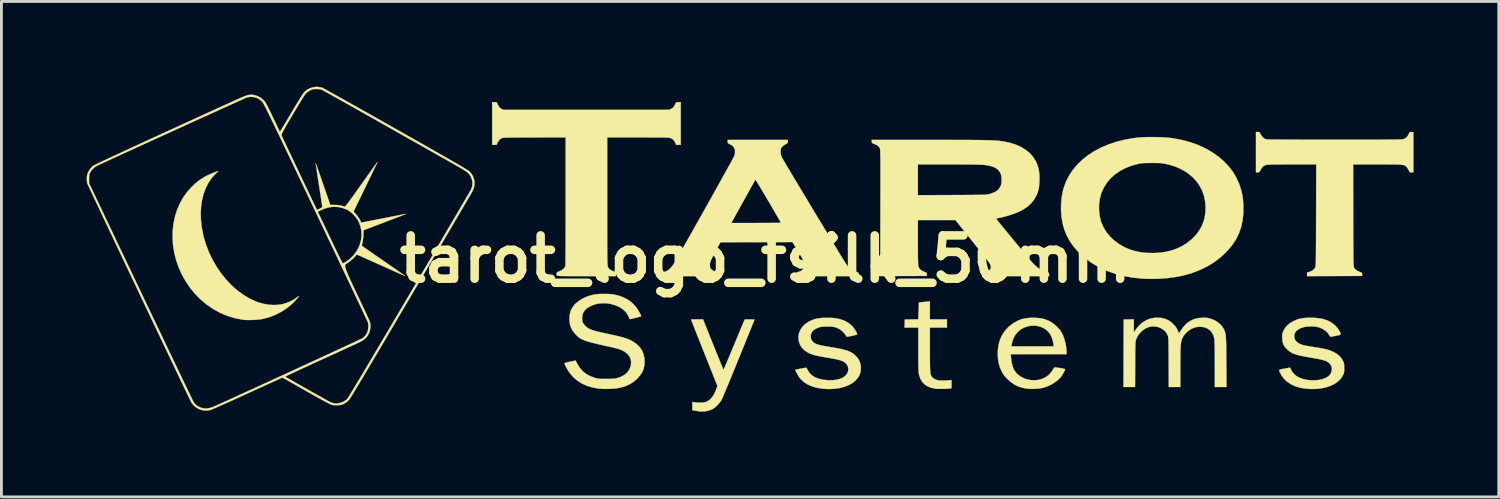
<source format=kicad_pcb>
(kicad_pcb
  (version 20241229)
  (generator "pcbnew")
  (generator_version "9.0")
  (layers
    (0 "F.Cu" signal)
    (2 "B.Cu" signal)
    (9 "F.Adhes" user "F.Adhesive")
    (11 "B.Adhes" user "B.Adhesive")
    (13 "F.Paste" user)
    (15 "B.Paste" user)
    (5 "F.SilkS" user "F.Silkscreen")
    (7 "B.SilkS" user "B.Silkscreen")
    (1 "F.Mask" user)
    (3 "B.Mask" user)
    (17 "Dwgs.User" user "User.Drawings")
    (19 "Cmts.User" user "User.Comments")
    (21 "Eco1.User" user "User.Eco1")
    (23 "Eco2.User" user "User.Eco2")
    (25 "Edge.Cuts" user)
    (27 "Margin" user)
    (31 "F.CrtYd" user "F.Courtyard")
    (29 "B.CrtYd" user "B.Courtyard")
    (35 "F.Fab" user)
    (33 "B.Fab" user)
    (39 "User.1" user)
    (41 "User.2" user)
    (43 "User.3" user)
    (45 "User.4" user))
  (footprint "tarot_logo_fsilk_50mm"
    (layer "F.Cu")
    (at 23.884 6.067)
    (property "Reference" "tarot_logo_fsilk_50mm" (at 0 0 0) (layer "F.SilkS") (effects (font (size 1.524 1.524) (thickness 0.3))))
    (attr through_hole)
    (fp_poly (pts (xy 5.787 2.119) (xy 6.387 2.119) (xy 6.387 2.411) (xy 5.787 2.411) (xy 5.787 3.191) (xy 5.787 3.373) (xy 5.788 3.529) (xy 5.789 3.66) (xy 5.79 3.77) (xy 5.793 3.859) (xy 5.797 3.932) (xy 5.802 3.99) (xy 5.809 4.035) (xy 5.818 4.071) (xy 5.829 4.099) (xy 5.842 4.122) (xy 5.858 4.143) (xy 5.877 4.163) (xy 5.884 4.169) (xy 5.94 4.214) (xy 6.006 4.246) (xy 6.087 4.265) (xy 6.189 4.273) (xy 6.24 4.274) (xy 6.314 4.273) (xy 6.387 4.27) (xy 6.447 4.266) (xy 6.471 4.263) (xy 6.547 4.252) (xy 6.547 4.541) (xy 6.502 4.55) (xy 6.456 4.556) (xy 6.388 4.561) (xy 6.306 4.565) (xy 6.218 4.566) (xy 6.132 4.567) (xy 6.054 4.565) (xy 5.994 4.562) (xy 5.971 4.559) (xy 5.822 4.525) (xy 5.695 4.472) (xy 5.591 4.4) (xy 5.508 4.309) (xy 5.446 4.198) (xy 5.405 4.066) (xy 5.399 4.04) (xy 5.394 4.008) (xy 5.39 3.967) (xy 5.387 3.916) (xy 5.384 3.851) (xy 5.382 3.769) (xy 5.38 3.669) (xy 5.379 3.549) (xy 5.378 3.404) (xy 5.378 3.234) (xy 5.378 3.17) (xy 5.378 2.411) (xy 4.895 2.411) (xy 4.899 2.269) (xy 4.903 2.126) (xy 5.141 2.122) (xy 5.378 2.118) (xy 5.38 2.064) (xy 5.381 2.031) (xy 5.383 1.975) (xy 5.386 1.903) (xy 5.389 1.82) (xy 5.391 1.768) (xy 5.4 1.527) (xy 5.48 1.518) (xy 5.537 1.512) (xy 5.607 1.505) (xy 5.674 1.499) (xy 5.787 1.489) (xy 5.787 2.119)) (stroke (width 0.01) (type solid)) (fill yes) (layer "F.SilkS"))
    (fp_poly (pts (xy -19.26 -3.089) (xy -19.284 -3.065) (xy -19.32 -3.029) (xy -19.341 -3.009) (xy -19.477 -2.863) (xy -19.593 -2.696) (xy -19.689 -2.51) (xy -19.766 -2.308) (xy -19.822 -2.091) (xy -19.857 -1.861) (xy -19.871 -1.62) (xy -19.863 -1.369) (xy -19.834 -1.111) (xy -19.782 -0.847) (xy -19.766 -0.78) (xy -19.683 -0.503) (xy -19.578 -0.234) (xy -19.454 0.025) (xy -19.311 0.271) (xy -19.152 0.503) (xy -18.978 0.719) (xy -18.791 0.917) (xy -18.592 1.094) (xy -18.383 1.249) (xy -18.166 1.38) (xy -17.943 1.485) (xy -17.859 1.517) (xy -17.672 1.571) (xy -17.482 1.604) (xy -17.295 1.616) (xy -17.115 1.606) (xy -16.977 1.581) (xy -16.852 1.543) (xy -16.727 1.492) (xy -16.611 1.432) (xy -16.518 1.37) (xy -16.461 1.328) (xy -16.427 1.304) (xy -16.414 1.3) (xy -16.422 1.315) (xy -16.45 1.351) (xy -16.485 1.395) (xy -16.642 1.562) (xy -16.82 1.713) (xy -17.017 1.844) (xy -17.228 1.955) (xy -17.45 2.042) (xy -17.68 2.104) (xy -17.688 2.106) (xy -17.776 2.12) (xy -17.883 2.131) (xy -18 2.139) (xy -18.119 2.143) (xy -18.232 2.143) (xy -18.33 2.139) (xy -18.385 2.133) (xy -18.661 2.08) (xy -18.927 2) (xy -19.183 1.893) (xy -19.428 1.76) (xy -19.659 1.602) (xy -19.877 1.42) (xy -20.079 1.214) (xy -20.243 1.013) (xy -20.401 0.782) (xy -20.537 0.54) (xy -20.648 0.292) (xy -20.737 0.037) (xy -20.802 -0.221) (xy -20.844 -0.48) (xy -20.862 -0.739) (xy -20.857 -0.996) (xy -20.829 -1.249) (xy -20.778 -1.495) (xy -20.703 -1.732) (xy -20.605 -1.96) (xy -20.484 -2.175) (xy -20.339 -2.375) (xy -20.212 -2.519) (xy -20.057 -2.667) (xy -19.899 -2.791) (xy -19.732 -2.896) (xy -19.673 -2.928) (xy -19.614 -2.956) (xy -19.545 -2.988) (xy -19.472 -3.019) (xy -19.401 -3.048) (xy -19.337 -3.073) (xy -19.287 -3.09) (xy -19.256 -3.098) (xy -19.253 -3.098) (xy -19.26 -3.089)) (stroke (width 0.01) (type solid)) (fill yes) (layer "F.SilkS"))
    (fp_poly (pts (xy -1.842 3) (xy -1.781 3.152) (xy -1.723 3.296) (xy -1.668 3.43) (xy -1.619 3.551) (xy -1.576 3.658) (xy -1.539 3.747) (xy -1.51 3.817) (xy -1.49 3.865) (xy -1.479 3.889) (xy -1.478 3.891) (xy -1.471 3.88) (xy -1.453 3.844) (xy -1.427 3.785) (xy -1.392 3.706) (xy -1.35 3.608) (xy -1.302 3.495) (xy -1.249 3.368) (xy -1.191 3.229) (xy -1.129 3.081) (xy -1.105 3.021) (xy -1.042 2.87) (xy -0.982 2.726) (xy -0.927 2.592) (xy -0.876 2.471) (xy -0.832 2.364) (xy -0.794 2.275) (xy -0.765 2.205) (xy -0.744 2.156) (xy -0.733 2.132) (xy -0.731 2.13) (xy -0.714 2.125) (xy -0.673 2.123) (xy -0.615 2.122) (xy -0.551 2.122) (xy -0.382 2.126) (xy -0.937 3.493) (xy -1.015 3.685) (xy -1.091 3.871) (xy -1.164 4.049) (xy -1.234 4.217) (xy -1.298 4.373) (xy -1.357 4.514) (xy -1.409 4.64) (xy -1.454 4.748) (xy -1.492 4.835) (xy -1.52 4.901) (xy -1.539 4.942) (xy -1.545 4.954) (xy -1.595 5.03) (xy -1.659 5.107) (xy -1.731 5.18) (xy -1.804 5.241) (xy -1.867 5.281) (xy -1.985 5.327) (xy -2.116 5.355) (xy -2.229 5.362) (xy -2.282 5.361) (xy -2.324 5.359) (xy -2.345 5.357) (xy -2.346 5.357) (xy -2.366 5.352) (xy -2.408 5.345) (xy -2.461 5.335) (xy -2.466 5.335) (xy -2.572 5.317) (xy -2.572 5.026) (xy -2.495 5.038) (xy -2.445 5.043) (xy -2.378 5.047) (xy -2.305 5.049) (xy -2.279 5.049) (xy -2.21 5.048) (xy -2.161 5.044) (xy -2.12 5.035) (xy -2.078 5.018) (xy -2.041 5.001) (xy -1.964 4.951) (xy -1.894 4.883) (xy -1.831 4.792) (xy -1.772 4.678) (xy -1.716 4.537) (xy -1.69 4.463) (xy -2.153 3.301) (xy -2.223 3.125) (xy -2.289 2.958) (xy -2.352 2.8) (xy -2.41 2.654) (xy -2.462 2.522) (xy -2.508 2.406) (xy -2.547 2.307) (xy -2.578 2.228) (xy -2.6 2.171) (xy -2.613 2.137) (xy -2.616 2.129) (xy -2.602 2.125) (xy -2.564 2.122) (xy -2.508 2.12) (xy -2.437 2.119) (xy -2.406 2.119) (xy -2.196 2.119) (xy -1.842 3)) (stroke (width 0.01) (type solid)) (fill yes) (layer "F.SilkS"))
    (fp_poly (pts (xy 9.61 2.074) (xy 9.722 2.089) (xy 9.823 2.114) (xy 9.921 2.15) (xy 10.018 2.196) (xy 10.108 2.253) (xy 10.202 2.328) (xy 10.291 2.414) (xy 10.369 2.503) (xy 10.418 2.576) (xy 10.469 2.679) (xy 10.515 2.804) (xy 10.552 2.939) (xy 10.579 3.078) (xy 10.594 3.21) (xy 10.595 3.27) (xy 10.596 3.347) (xy 8.633 3.347) (xy 8.643 3.478) (xy 8.663 3.64) (xy 8.698 3.778) (xy 8.748 3.895) (xy 8.814 3.993) (xy 8.867 4.049) (xy 8.98 4.134) (xy 9.106 4.198) (xy 9.24 4.241) (xy 9.38 4.262) (xy 9.519 4.262) (xy 9.655 4.24) (xy 9.783 4.196) (xy 9.899 4.131) (xy 9.976 4.068) (xy 10.011 4.03) (xy 10.051 3.98) (xy 10.092 3.925) (xy 10.127 3.872) (xy 10.152 3.83) (xy 10.16 3.812) (xy 10.175 3.81) (xy 10.212 3.812) (xy 10.265 3.818) (xy 10.327 3.826) (xy 10.391 3.837) (xy 10.451 3.848) (xy 10.501 3.859) (xy 10.533 3.868) (xy 10.541 3.872) (xy 10.541 3.89) (xy 10.528 3.926) (xy 10.505 3.974) (xy 10.475 4.029) (xy 10.442 4.083) (xy 10.409 4.131) (xy 10.396 4.147) (xy 10.3 4.246) (xy 10.182 4.338) (xy 10.049 4.419) (xy 9.908 4.484) (xy 9.767 4.529) (xy 9.762 4.53) (xy 9.656 4.55) (xy 9.533 4.563) (xy 9.404 4.568) (xy 9.282 4.566) (xy 9.176 4.555) (xy 9.17 4.554) (xy 9.005 4.518) (xy 8.859 4.466) (xy 8.727 4.395) (xy 8.602 4.301) (xy 8.519 4.224) (xy 8.456 4.16) (xy 8.41 4.108) (xy 8.374 4.06) (xy 8.342 4.007) (xy 8.311 3.946) (xy 8.252 3.812) (xy 8.212 3.68) (xy 8.186 3.541) (xy 8.175 3.398) (xy 8.178 3.192) (xy 8.196 3.069) (xy 8.656 3.069) (xy 10.143 3.069) (xy 10.135 2.992) (xy 10.106 2.842) (xy 10.056 2.709) (xy 9.987 2.596) (xy 9.9 2.505) (xy 9.891 2.497) (xy 9.769 2.418) (xy 9.637 2.367) (xy 9.496 2.342) (xy 9.347 2.346) (xy 9.258 2.36) (xy 9.115 2.405) (xy 8.988 2.472) (xy 8.879 2.562) (xy 8.789 2.671) (xy 8.722 2.797) (xy 8.678 2.94) (xy 8.669 2.987) (xy 8.656 3.069) (xy 8.196 3.069) (xy 8.206 2.999) (xy 8.259 2.82) (xy 8.337 2.655) (xy 8.439 2.507) (xy 8.563 2.376) (xy 8.711 2.262) (xy 8.877 2.168) (xy 9.011 2.116) (xy 9.156 2.082) (xy 9.316 2.066) (xy 9.478 2.065) (xy 9.61 2.074)) (stroke (width 0.01) (type solid)) (fill yes) (layer "F.SilkS"))
    (fp_poly (pts (xy -2.981 -4.019) (xy -3.141 -4.019) (xy -3.171 -4.088) (xy -3.212 -4.163) (xy -3.261 -4.216) (xy -3.325 -4.254) (xy -3.337 -4.259) (xy -3.352 -4.264) (xy -3.371 -4.268) (xy -3.396 -4.271) (xy -3.43 -4.274) (xy -3.475 -4.276) (xy -3.532 -4.277) (xy -3.604 -4.279) (xy -3.692 -4.28) (xy -3.8 -4.281) (xy -3.928 -4.281) (xy -4.079 -4.281) (xy -4.255 -4.282) (xy -4.458 -4.282) (xy -4.476 -4.282) (xy -5.568 -4.282) (xy -5.568 -2.028) (xy -5.568 -1.727) (xy -5.568 -1.455) (xy -5.568 -1.209) (xy -5.567 -0.988) (xy -5.567 -0.79) (xy -5.567 -0.615) (xy -5.566 -0.461) (xy -5.566 -0.326) (xy -5.565 -0.209) (xy -5.564 -0.109) (xy -5.563 -0.025) (xy -5.562 0.046) (xy -5.56 0.105) (xy -5.559 0.152) (xy -5.557 0.189) (xy -5.554 0.219) (xy -5.552 0.241) (xy -5.549 0.258) (xy -5.546 0.271) (xy -5.543 0.281) (xy -5.54 0.287) (xy -5.498 0.346) (xy -5.43 0.396) (xy -5.339 0.435) (xy -5.323 0.439) (xy -5.286 0.452) (xy -5.268 0.466) (xy -5.262 0.492) (xy -5.261 0.528) (xy -5.261 0.599) (xy -6.299 0.599) (xy -6.502 0.599) (xy -6.678 0.599) (xy -6.828 0.598) (xy -6.954 0.598) (xy -7.059 0.597) (xy -7.144 0.596) (xy -7.211 0.594) (xy -7.263 0.592) (xy -7.3 0.589) (xy -7.324 0.587) (xy -7.339 0.583) (xy -7.345 0.579) (xy -7.345 0.579) (xy -7.349 0.55) (xy -7.349 0.511) (xy -7.348 0.51) (xy -7.343 0.482) (xy -7.331 0.464) (xy -7.303 0.448) (xy -7.258 0.431) (xy -7.174 0.392) (xy -7.106 0.343) (xy -7.06 0.288) (xy -7.045 0.252) (xy -7.043 0.229) (xy -7.04 0.177) (xy -7.038 0.097) (xy -7.037 -0.012) (xy -7.035 -0.15) (xy -7.034 -0.317) (xy -7.033 -0.512) (xy -7.032 -0.737) (xy -7.031 -0.99) (xy -7.03 -1.272) (xy -7.03 -1.584) (xy -7.03 -1.925) (xy -7.03 -2.042) (xy -7.03 -4.282) (xy -8.122 -4.281) (xy -8.344 -4.281) (xy -8.538 -4.28) (xy -8.706 -4.279) (xy -8.849 -4.278) (xy -8.968 -4.276) (xy -9.065 -4.275) (xy -9.141 -4.272) (xy -9.198 -4.27) (xy -9.237 -4.267) (xy -9.259 -4.263) (xy -9.263 -4.262) (xy -9.324 -4.227) (xy -9.381 -4.172) (xy -9.425 -4.107) (xy -9.435 -4.083) (xy -9.46 -4.019) (xy -9.616 -4.019) (xy -9.616 -5.524) (xy -9.463 -5.524) (xy -9.412 -5.426) (xy -9.379 -5.368) (xy -9.348 -5.328) (xy -9.311 -5.3) (xy -9.295 -5.29) (xy -9.229 -5.254) (xy -3.382 -5.254) (xy -3.31 -5.291) (xy -3.268 -5.316) (xy -3.238 -5.343) (xy -3.21 -5.383) (xy -3.187 -5.426) (xy -3.137 -5.524) (xy -2.981 -5.524) (xy -2.981 -4.019)) (stroke (width 0.01) (type solid)) (fill yes) (layer "F.SilkS"))
    (fp_poly (pts (xy 13.942 2.071) (xy 14.072 2.103) (xy 14.189 2.158) (xy 14.298 2.238) (xy 14.318 2.257) (xy 14.397 2.337) (xy 14.456 2.414) (xy 14.502 2.497) (xy 14.518 2.534) (xy 14.551 2.615) (xy 14.622 2.503) (xy 14.723 2.366) (xy 14.832 2.255) (xy 14.953 2.171) (xy 15.087 2.111) (xy 15.235 2.076) (xy 15.353 2.065) (xy 15.45 2.063) (xy 15.529 2.067) (xy 15.599 2.078) (xy 15.614 2.081) (xy 15.732 2.12) (xy 15.845 2.176) (xy 15.949 2.247) (xy 16.037 2.329) (xy 16.104 2.416) (xy 16.128 2.46) (xy 16.144 2.497) (xy 16.158 2.531) (xy 16.17 2.566) (xy 16.181 2.604) (xy 16.189 2.646) (xy 16.196 2.697) (xy 16.201 2.757) (xy 16.206 2.83) (xy 16.209 2.918) (xy 16.212 3.024) (xy 16.214 3.15) (xy 16.216 3.298) (xy 16.217 3.47) (xy 16.218 3.621) (xy 16.224 4.501) (xy 15.813 4.501) (xy 15.812 3.716) (xy 15.812 3.563) (xy 15.811 3.416) (xy 15.81 3.278) (xy 15.808 3.151) (xy 15.806 3.041) (xy 15.804 2.948) (xy 15.802 2.877) (xy 15.799 2.831) (xy 15.798 2.821) (xy 15.77 2.698) (xy 15.72 2.596) (xy 15.649 2.511) (xy 15.554 2.445) (xy 15.478 2.41) (xy 15.394 2.39) (xy 15.297 2.382) (xy 15.197 2.387) (xy 15.105 2.406) (xy 15.093 2.41) (xy 14.977 2.462) (xy 14.87 2.534) (xy 14.777 2.62) (xy 14.705 2.715) (xy 14.687 2.748) (xy 14.669 2.786) (xy 14.653 2.824) (xy 14.64 2.863) (xy 14.629 2.907) (xy 14.62 2.957) (xy 14.614 3.018) (xy 14.609 3.092) (xy 14.605 3.18) (xy 14.602 3.287) (xy 14.601 3.414) (xy 14.6 3.564) (xy 14.6 3.741) (xy 14.6 3.777) (xy 14.6 4.501) (xy 14.192 4.501) (xy 14.188 3.628) (xy 14.187 3.447) (xy 14.186 3.292) (xy 14.185 3.162) (xy 14.184 3.054) (xy 14.183 2.965) (xy 14.181 2.894) (xy 14.179 2.838) (xy 14.176 2.794) (xy 14.173 2.76) (xy 14.169 2.734) (xy 14.165 2.714) (xy 14.159 2.696) (xy 14.153 2.679) (xy 14.15 2.672) (xy 14.097 2.578) (xy 14.022 2.5) (xy 13.93 2.438) (xy 13.826 2.394) (xy 13.713 2.371) (xy 13.596 2.37) (xy 13.495 2.389) (xy 13.374 2.439) (xy 13.263 2.514) (xy 13.167 2.61) (xy 13.089 2.724) (xy 13.046 2.818) (xy 13.039 2.837) (xy 13.033 2.856) (xy 13.028 2.878) (xy 13.024 2.906) (xy 13.021 2.941) (xy 13.018 2.987) (xy 13.016 3.046) (xy 13.015 3.12) (xy 13.013 3.213) (xy 13.012 3.326) (xy 13.011 3.462) (xy 13.01 3.624) (xy 13.01 3.701) (xy 13.006 4.501) (xy 12.598 4.501) (xy 12.601 3.314) (xy 12.605 2.126) (xy 12.784 2.122) (xy 12.963 2.118) (xy 12.963 2.577) (xy 13.035 2.475) (xy 13.145 2.339) (xy 13.266 2.231) (xy 13.4 2.149) (xy 13.544 2.094) (xy 13.701 2.065) (xy 13.797 2.061) (xy 13.942 2.071)) (stroke (width 0.01) (type solid)) (fill yes) (layer "F.SilkS"))
    (fp_poly (pts (xy 13.717 -4.294) (xy 13.884 -4.29) (xy 14.043 -4.282) (xy 14.188 -4.27) (xy 14.312 -4.256) (xy 14.33 -4.253) (xy 14.651 -4.193) (xy 14.951 -4.113) (xy 15.23 -4.013) (xy 15.491 -3.892) (xy 15.734 -3.751) (xy 15.96 -3.589) (xy 16.114 -3.457) (xy 16.289 -3.278) (xy 16.439 -3.086) (xy 16.564 -2.878) (xy 16.666 -2.653) (xy 16.704 -2.545) (xy 16.745 -2.408) (xy 16.776 -2.277) (xy 16.797 -2.142) (xy 16.811 -1.994) (xy 16.817 -1.86) (xy 16.815 -1.599) (xy 16.788 -1.355) (xy 16.738 -1.125) (xy 16.662 -0.908) (xy 16.562 -0.703) (xy 16.435 -0.508) (xy 16.282 -0.321) (xy 16.23 -0.266) (xy 16.027 -0.074) (xy 15.806 0.097) (xy 15.566 0.246) (xy 15.308 0.374) (xy 15.028 0.483) (xy 14.951 0.508) (xy 14.682 0.582) (xy 14.394 0.637) (xy 14.091 0.675) (xy 13.778 0.694) (xy 13.458 0.695) (xy 13.255 0.685) (xy 12.917 0.65) (xy 12.595 0.593) (xy 12.29 0.513) (xy 12.003 0.41) (xy 11.734 0.285) (xy 11.484 0.138) (xy 11.252 -0.031) (xy 11.04 -0.222) (xy 10.996 -0.266) (xy 10.835 -0.452) (xy 10.7 -0.648) (xy 10.59 -0.855) (xy 10.516 -1.042) (xy 10.458 -1.251) (xy 10.42 -1.475) (xy 10.401 -1.708) (xy 10.401 -1.728) (xy 11.738 -1.728) (xy 11.758 -1.532) (xy 11.801 -1.346) (xy 11.814 -1.305) (xy 11.891 -1.125) (xy 11.993 -0.956) (xy 12.12 -0.799) (xy 12.268 -0.657) (xy 12.437 -0.532) (xy 12.624 -0.424) (xy 12.827 -0.336) (xy 12.84 -0.332) (xy 13.028 -0.277) (xy 13.234 -0.238) (xy 13.453 -0.217) (xy 13.678 -0.214) (xy 13.903 -0.229) (xy 14.052 -0.249) (xy 14.267 -0.298) (xy 14.471 -0.368) (xy 14.662 -0.459) (xy 14.838 -0.569) (xy 14.997 -0.695) (xy 15.137 -0.837) (xy 15.255 -0.992) (xy 15.351 -1.16) (xy 15.422 -1.337) (xy 15.454 -1.459) (xy 15.481 -1.643) (xy 15.486 -1.836) (xy 15.471 -2.028) (xy 15.435 -2.209) (xy 15.432 -2.222) (xy 15.364 -2.413) (xy 15.271 -2.59) (xy 15.155 -2.753) (xy 15.015 -2.899) (xy 14.854 -3.029) (xy 14.673 -3.142) (xy 14.472 -3.235) (xy 14.254 -3.309) (xy 14.085 -3.35) (xy 14.025 -3.361) (xy 13.971 -3.37) (xy 13.914 -3.376) (xy 13.851 -3.38) (xy 13.774 -3.382) (xy 13.679 -3.383) (xy 13.591 -3.383) (xy 13.478 -3.382) (xy 13.389 -3.381) (xy 13.317 -3.378) (xy 13.258 -3.373) (xy 13.205 -3.367) (xy 13.152 -3.358) (xy 13.109 -3.349) (xy 12.881 -3.287) (xy 12.67 -3.205) (xy 12.477 -3.103) (xy 12.303 -2.982) (xy 12.149 -2.845) (xy 12.018 -2.691) (xy 11.91 -2.521) (xy 11.826 -2.338) (xy 11.813 -2.302) (xy 11.765 -2.12) (xy 11.74 -1.926) (xy 11.738 -1.728) (xy 10.401 -1.728) (xy 10.403 -1.944) (xy 10.424 -2.176) (xy 10.466 -2.398) (xy 10.493 -2.499) (xy 10.575 -2.724) (xy 10.683 -2.937) (xy 10.816 -3.137) (xy 10.972 -3.324) (xy 11.151 -3.498) (xy 11.352 -3.656) (xy 11.573 -3.799) (xy 11.813 -3.926) (xy 12.072 -4.036) (xy 12.347 -4.128) (xy 12.638 -4.201) (xy 12.944 -4.255) (xy 13.109 -4.276) (xy 13.238 -4.286) (xy 13.387 -4.292) (xy 13.549 -4.295) (xy 13.717 -4.294)) (stroke (width 0.01) (type solid)) (fill yes) (layer "F.SilkS"))
    (fp_poly (pts (xy 17.363 -4.471) (xy 17.386 -4.462) (xy 17.403 -4.44) (xy 17.422 -4.399) (xy 17.463 -4.329) (xy 17.518 -4.27) (xy 17.579 -4.228) (xy 17.621 -4.213) (xy 17.641 -4.212) (xy 17.689 -4.211) (xy 17.764 -4.21) (xy 17.862 -4.209) (xy 17.984 -4.207) (xy 18.127 -4.206) (xy 18.29 -4.205) (xy 18.47 -4.205) (xy 18.667 -4.204) (xy 18.88 -4.203) (xy 19.105 -4.203) (xy 19.342 -4.202) (xy 19.59 -4.202) (xy 19.846 -4.202) (xy 20.036 -4.202) (xy 20.352 -4.202) (xy 20.64 -4.202) (xy 20.901 -4.202) (xy 21.136 -4.202) (xy 21.348 -4.203) (xy 21.536 -4.203) (xy 21.703 -4.204) (xy 21.849 -4.205) (xy 21.975 -4.206) (xy 22.084 -4.207) (xy 22.176 -4.208) (xy 22.252 -4.209) (xy 22.315 -4.211) (xy 22.364 -4.213) (xy 22.401 -4.215) (xy 22.428 -4.217) (xy 22.445 -4.22) (xy 22.453 -4.221) (xy 22.533 -4.265) (xy 22.598 -4.331) (xy 22.636 -4.399) (xy 22.656 -4.441) (xy 22.672 -4.463) (xy 22.696 -4.471) (xy 22.733 -4.472) (xy 22.799 -4.472) (xy 22.799 -3.054) (xy 22.734 -3.054) (xy 22.695 -3.056) (xy 22.672 -3.065) (xy 22.654 -3.088) (xy 22.638 -3.124) (xy 22.609 -3.176) (xy 22.574 -3.226) (xy 22.561 -3.241) (xy 22.543 -3.259) (xy 22.525 -3.275) (xy 22.504 -3.288) (xy 22.479 -3.299) (xy 22.448 -3.308) (xy 22.407 -3.315) (xy 22.355 -3.321) (xy 22.289 -3.325) (xy 22.207 -3.328) (xy 22.107 -3.33) (xy 21.986 -3.331) (xy 21.843 -3.332) (xy 21.674 -3.332) (xy 21.524 -3.332) (xy 20.679 -3.332) (xy 20.683 -1.538) (xy 20.683 -1.27) (xy 20.684 -1.03) (xy 20.685 -0.816) (xy 20.685 -0.627) (xy 20.686 -0.461) (xy 20.687 -0.316) (xy 20.688 -0.191) (xy 20.689 -0.085) (xy 20.69 0.004) (xy 20.692 0.078) (xy 20.694 0.139) (xy 20.695 0.187) (xy 20.698 0.224) (xy 20.7 0.252) (xy 20.703 0.272) (xy 20.706 0.287) (xy 20.709 0.297) (xy 20.711 0.3) (xy 20.754 0.359) (xy 20.811 0.404) (xy 20.891 0.442) (xy 20.901 0.446) (xy 20.95 0.464) (xy 20.978 0.479) (xy 20.99 0.495) (xy 20.994 0.52) (xy 20.994 0.535) (xy 20.994 0.592) (xy 20.026 0.596) (xy 19.057 0.599) (xy 19.058 0.475) (xy 19.142 0.448) (xy 19.232 0.411) (xy 19.298 0.361) (xy 19.343 0.298) (xy 19.344 0.297) (xy 19.348 0.288) (xy 19.352 0.277) (xy 19.355 0.262) (xy 19.358 0.243) (xy 19.36 0.217) (xy 19.363 0.182) (xy 19.365 0.138) (xy 19.366 0.083) (xy 19.368 0.015) (xy 19.369 -0.068) (xy 19.37 -0.166) (xy 19.371 -0.282) (xy 19.372 -0.418) (xy 19.373 -0.574) (xy 19.374 -0.752) (xy 19.374 -0.955) (xy 19.375 -1.183) (xy 19.375 -1.438) (xy 19.376 -1.545) (xy 19.38 -3.332) (xy 18.528 -3.332) (xy 18.34 -3.332) (xy 18.171 -3.331) (xy 18.021 -3.33) (xy 17.892 -3.328) (xy 17.787 -3.326) (xy 17.706 -3.323) (xy 17.651 -3.321) (xy 17.624 -3.317) (xy 17.623 -3.317) (xy 17.545 -3.285) (xy 17.484 -3.234) (xy 17.435 -3.16) (xy 17.428 -3.145) (xy 17.404 -3.098) (xy 17.386 -3.07) (xy 17.367 -3.058) (xy 17.341 -3.055) (xy 17.322 -3.054) (xy 17.26 -3.054) (xy 17.26 -4.472) (xy 17.325 -4.472) (xy 17.363 -4.471)) (stroke (width 0.01) (type solid)) (fill yes) (layer "F.SilkS"))
    (fp_poly (pts (xy 19.31 2.066) (xy 19.452 2.079) (xy 19.584 2.1) (xy 19.671 2.122) (xy 19.814 2.178) (xy 19.943 2.252) (xy 20.055 2.343) (xy 20.145 2.446) (xy 20.192 2.521) (xy 20.222 2.578) (xy 20.239 2.618) (xy 20.239 2.645) (xy 20.221 2.663) (xy 20.181 2.676) (xy 20.117 2.69) (xy 20.08 2.698) (xy 20.012 2.711) (xy 19.953 2.722) (xy 19.91 2.729) (xy 19.889 2.732) (xy 19.868 2.721) (xy 19.847 2.691) (xy 19.844 2.685) (xy 19.786 2.598) (xy 19.705 2.52) (xy 19.606 2.455) (xy 19.493 2.407) (xy 19.391 2.382) (xy 19.288 2.37) (xy 19.178 2.368) (xy 19.068 2.374) (xy 18.967 2.388) (xy 18.884 2.41) (xy 18.87 2.415) (xy 18.771 2.462) (xy 18.698 2.512) (xy 18.648 2.569) (xy 18.619 2.635) (xy 18.61 2.677) (xy 18.611 2.766) (xy 18.639 2.845) (xy 18.693 2.913) (xy 18.773 2.97) (xy 18.878 3.014) (xy 18.934 3.03) (xy 18.976 3.039) (xy 19.04 3.051) (xy 19.121 3.066) (xy 19.213 3.081) (xy 19.309 3.096) (xy 19.32 3.098) (xy 19.462 3.121) (xy 19.58 3.141) (xy 19.677 3.161) (xy 19.76 3.181) (xy 19.832 3.203) (xy 19.897 3.227) (xy 19.962 3.255) (xy 19.988 3.267) (xy 20.106 3.334) (xy 20.2 3.409) (xy 20.273 3.496) (xy 20.318 3.577) (xy 20.339 3.623) (xy 20.353 3.661) (xy 20.361 3.7) (xy 20.364 3.748) (xy 20.365 3.815) (xy 20.365 3.837) (xy 20.365 3.909) (xy 20.362 3.961) (xy 20.356 4.001) (xy 20.344 4.037) (xy 20.325 4.078) (xy 20.318 4.095) (xy 20.248 4.204) (xy 20.154 4.3) (xy 20.037 4.384) (xy 19.901 4.453) (xy 19.748 4.507) (xy 19.579 4.546) (xy 19.397 4.568) (xy 19.205 4.572) (xy 19.004 4.558) (xy 18.999 4.558) (xy 18.813 4.526) (xy 18.643 4.474) (xy 18.491 4.404) (xy 18.359 4.317) (xy 18.248 4.213) (xy 18.16 4.095) (xy 18.131 4.04) (xy 18.1 3.978) (xy 18.082 3.935) (xy 18.078 3.908) (xy 18.093 3.891) (xy 18.129 3.879) (xy 18.189 3.867) (xy 18.236 3.859) (xy 18.306 3.846) (xy 18.368 3.834) (xy 18.414 3.825) (xy 18.437 3.82) (xy 18.459 3.82) (xy 18.474 3.839) (xy 18.486 3.869) (xy 18.526 3.952) (xy 18.589 4.032) (xy 18.667 4.103) (xy 18.695 4.122) (xy 18.803 4.179) (xy 18.925 4.221) (xy 19.058 4.25) (xy 19.196 4.265) (xy 19.334 4.265) (xy 19.468 4.253) (xy 19.593 4.226) (xy 19.704 4.186) (xy 19.796 4.133) (xy 19.833 4.101) (xy 19.89 4.028) (xy 19.923 3.947) (xy 19.932 3.862) (xy 19.917 3.779) (xy 19.879 3.704) (xy 19.818 3.641) (xy 19.814 3.638) (xy 19.777 3.614) (xy 19.736 3.592) (xy 19.687 3.573) (xy 19.627 3.554) (xy 19.552 3.535) (xy 19.46 3.515) (xy 19.346 3.494) (xy 19.207 3.469) (xy 19.174 3.464) (xy 19.014 3.435) (xy 18.879 3.409) (xy 18.767 3.384) (xy 18.673 3.358) (xy 18.594 3.33) (xy 18.526 3.3) (xy 18.466 3.265) (xy 18.411 3.225) (xy 18.357 3.178) (xy 18.345 3.167) (xy 18.274 3.088) (xy 18.226 3.006) (xy 18.197 2.911) (xy 18.183 2.798) (xy 18.183 2.795) (xy 18.182 2.713) (xy 18.186 2.649) (xy 18.198 2.595) (xy 18.202 2.584) (xy 18.256 2.466) (xy 18.335 2.359) (xy 18.439 2.266) (xy 18.566 2.188) (xy 18.714 2.125) (xy 18.78 2.104) (xy 18.89 2.081) (xy 19.021 2.067) (xy 19.163 2.062) (xy 19.31 2.066)) (stroke (width 0.01) (type solid)) (fill yes) (layer "F.SilkS"))
    (fp_poly (pts (xy 2.31 2.066) (xy 2.493 2.085) (xy 2.656 2.122) (xy 2.801 2.178) (xy 2.93 2.253) (xy 3.043 2.348) (xy 3.046 2.351) (xy 3.086 2.395) (xy 3.126 2.449) (xy 3.164 2.507) (xy 3.196 2.563) (xy 3.218 2.61) (xy 3.226 2.643) (xy 3.225 2.651) (xy 3.21 2.658) (xy 3.173 2.67) (xy 3.12 2.683) (xy 3.059 2.698) (xy 2.996 2.711) (xy 2.938 2.722) (xy 2.892 2.729) (xy 2.863 2.732) (xy 2.858 2.73) (xy 2.849 2.717) (xy 2.828 2.685) (xy 2.8 2.643) (xy 2.799 2.641) (xy 2.723 2.551) (xy 2.625 2.475) (xy 2.51 2.417) (xy 2.487 2.408) (xy 2.443 2.395) (xy 2.401 2.385) (xy 2.354 2.379) (xy 2.294 2.376) (xy 2.215 2.375) (xy 2.178 2.375) (xy 2.089 2.375) (xy 2.023 2.378) (xy 1.971 2.383) (xy 1.928 2.391) (xy 1.886 2.403) (xy 1.868 2.409) (xy 1.762 2.455) (xy 1.682 2.511) (xy 1.628 2.577) (xy 1.599 2.656) (xy 1.593 2.722) (xy 1.599 2.785) (xy 1.618 2.838) (xy 1.631 2.858) (xy 1.663 2.901) (xy 1.701 2.938) (xy 1.749 2.969) (xy 1.809 2.995) (xy 1.886 3.019) (xy 1.982 3.042) (xy 2.101 3.064) (xy 2.218 3.083) (xy 2.399 3.113) (xy 2.554 3.141) (xy 2.686 3.168) (xy 2.798 3.197) (xy 2.892 3.227) (xy 2.972 3.26) (xy 3.042 3.297) (xy 3.103 3.339) (xy 3.158 3.387) (xy 3.2 3.428) (xy 3.271 3.518) (xy 3.319 3.613) (xy 3.348 3.72) (xy 3.356 3.783) (xy 3.356 3.911) (xy 3.33 4.028) (xy 3.278 4.137) (xy 3.198 4.242) (xy 3.172 4.269) (xy 3.063 4.359) (xy 2.931 4.435) (xy 2.779 4.494) (xy 2.611 4.538) (xy 2.428 4.564) (xy 2.234 4.573) (xy 2.031 4.563) (xy 1.988 4.558) (xy 1.801 4.526) (xy 1.631 4.476) (xy 1.48 4.408) (xy 1.348 4.323) (xy 1.24 4.222) (xy 1.224 4.204) (xy 1.192 4.161) (xy 1.157 4.108) (xy 1.123 4.05) (xy 1.093 3.994) (xy 1.069 3.946) (xy 1.056 3.91) (xy 1.055 3.894) (xy 1.072 3.889) (xy 1.111 3.88) (xy 1.166 3.869) (xy 1.222 3.858) (xy 1.29 3.846) (xy 1.349 3.835) (xy 1.394 3.826) (xy 1.413 3.822) (xy 1.433 3.822) (xy 1.45 3.835) (xy 1.469 3.868) (xy 1.481 3.894) (xy 1.545 3.999) (xy 1.631 4.087) (xy 1.74 4.157) (xy 1.872 4.209) (xy 2.028 4.245) (xy 2.206 4.262) (xy 2.214 4.263) (xy 2.368 4.261) (xy 2.508 4.244) (xy 2.63 4.211) (xy 2.733 4.164) (xy 2.815 4.103) (xy 2.874 4.03) (xy 2.908 3.945) (xy 2.908 3.944) (xy 2.917 3.855) (xy 2.9 3.775) (xy 2.855 3.7) (xy 2.834 3.676) (xy 2.801 3.643) (xy 2.764 3.616) (xy 2.72 3.592) (xy 2.664 3.57) (xy 2.595 3.549) (xy 2.509 3.528) (xy 2.402 3.507) (xy 2.271 3.483) (xy 2.194 3.47) (xy 2.048 3.445) (xy 1.926 3.423) (xy 1.826 3.403) (xy 1.743 3.384) (xy 1.674 3.364) (xy 1.614 3.343) (xy 1.559 3.321) (xy 1.506 3.295) (xy 1.503 3.293) (xy 1.383 3.217) (xy 1.289 3.126) (xy 1.221 3.021) (xy 1.177 2.9) (xy 1.168 2.859) (xy 1.161 2.733) (xy 1.18 2.61) (xy 1.226 2.494) (xy 1.297 2.388) (xy 1.39 2.293) (xy 1.505 2.212) (xy 1.567 2.18) (xy 1.654 2.141) (xy 1.734 2.112) (xy 1.816 2.092) (xy 1.906 2.078) (xy 2.012 2.069) (xy 2.104 2.065) (xy 2.31 2.066)) (stroke (width 0.01) (type solid)) (fill yes) (layer "F.SilkS"))
    (fp_poly (pts (xy -5.613 1.225) (xy -5.508 1.228) (xy -5.417 1.234) (xy -5.356 1.241) (xy -5.167 1.284) (xy -4.992 1.348) (xy -4.834 1.432) (xy -4.695 1.534) (xy -4.579 1.655) (xy -4.578 1.656) (xy -4.545 1.7) (xy -4.509 1.754) (xy -4.471 1.814) (xy -4.436 1.874) (xy -4.406 1.929) (xy -4.384 1.974) (xy -4.373 2.003) (xy -4.374 2.011) (xy -4.392 2.019) (xy -4.431 2.031) (xy -4.486 2.046) (xy -4.55 2.063) (xy -4.616 2.079) (xy -4.679 2.094) (xy -4.731 2.105) (xy -4.767 2.111) (xy -4.78 2.111) (xy -4.793 2.09) (xy -4.794 2.085) (xy -4.803 2.05) (xy -4.826 2) (xy -4.859 1.943) (xy -4.898 1.886) (xy -4.931 1.846) (xy -5.029 1.757) (xy -5.148 1.682) (xy -5.285 1.623) (xy -5.432 1.58) (xy -5.586 1.556) (xy -5.741 1.553) (xy -5.763 1.554) (xy -5.883 1.567) (xy -5.987 1.589) (xy -6.086 1.624) (xy -6.162 1.658) (xy -6.272 1.724) (xy -6.355 1.8) (xy -6.412 1.887) (xy -6.444 1.986) (xy -6.451 2.075) (xy -6.444 2.168) (xy -6.42 2.243) (xy -6.376 2.309) (xy -6.333 2.355) (xy -6.295 2.389) (xy -6.257 2.418) (xy -6.215 2.444) (xy -6.166 2.469) (xy -6.108 2.492) (xy -6.037 2.515) (xy -5.95 2.539) (xy -5.845 2.565) (xy -5.718 2.594) (xy -5.566 2.627) (xy -5.517 2.638) (xy -5.351 2.674) (xy -5.211 2.706) (xy -5.093 2.735) (xy -4.993 2.762) (xy -4.908 2.789) (xy -4.836 2.815) (xy -4.771 2.842) (xy -4.712 2.872) (xy -4.676 2.892) (xy -4.54 2.984) (xy -4.432 3.088) (xy -4.349 3.205) (xy -4.292 3.336) (xy -4.26 3.481) (xy -4.253 3.6) (xy -4.261 3.741) (xy -4.289 3.867) (xy -4.338 3.982) (xy -4.411 4.092) (xy -4.509 4.203) (xy -4.515 4.209) (xy -4.638 4.316) (xy -4.773 4.402) (xy -4.923 4.47) (xy -5.093 4.519) (xy -5.188 4.539) (xy -5.273 4.551) (xy -5.378 4.56) (xy -5.494 4.565) (xy -5.612 4.568) (xy -5.723 4.567) (xy -5.818 4.562) (xy -5.853 4.558) (xy -6.074 4.52) (xy -6.275 4.46) (xy -6.457 4.38) (xy -6.619 4.277) (xy -6.762 4.153) (xy -6.888 4.007) (xy -6.89 4.004) (xy -6.926 3.951) (xy -6.964 3.89) (xy -7 3.826) (xy -7.032 3.765) (xy -7.055 3.714) (xy -7.068 3.677) (xy -7.069 3.664) (xy -7.054 3.655) (xy -7.015 3.642) (xy -6.958 3.628) (xy -6.889 3.612) (xy -6.871 3.609) (xy -6.678 3.57) (xy -6.62 3.681) (xy -6.535 3.82) (xy -6.437 3.936) (xy -6.322 4.031) (xy -6.187 4.108) (xy -6.029 4.169) (xy -6.013 4.174) (xy -5.965 4.188) (xy -5.923 4.199) (xy -5.882 4.206) (xy -5.834 4.211) (xy -5.775 4.213) (xy -5.698 4.215) (xy -5.605 4.215) (xy -5.499 4.215) (xy -5.416 4.213) (xy -5.352 4.21) (xy -5.3 4.204) (xy -5.255 4.196) (xy -5.225 4.189) (xy -5.08 4.139) (xy -4.96 4.073) (xy -4.865 3.992) (xy -4.794 3.895) (xy -4.748 3.783) (xy -4.735 3.729) (xy -4.726 3.613) (xy -4.744 3.51) (xy -4.788 3.417) (xy -4.859 3.333) (xy -4.958 3.258) (xy -4.97 3.251) (xy -5.009 3.228) (xy -5.05 3.208) (xy -5.094 3.189) (xy -5.146 3.17) (xy -5.209 3.151) (xy -5.287 3.131) (xy -5.382 3.108) (xy -5.499 3.081) (xy -5.641 3.049) (xy -5.656 3.046) (xy -5.837 3.006) (xy -5.991 2.969) (xy -6.123 2.936) (xy -6.234 2.905) (xy -6.328 2.875) (xy -6.407 2.844) (xy -6.474 2.812) (xy -6.532 2.778) (xy -6.584 2.74) (xy -6.632 2.698) (xy -6.674 2.656) (xy -6.768 2.543) (xy -6.834 2.428) (xy -6.876 2.305) (xy -6.896 2.17) (xy -6.898 2.104) (xy -6.888 1.96) (xy -6.857 1.833) (xy -6.803 1.719) (xy -6.724 1.612) (xy -6.684 1.569) (xy -6.565 1.469) (xy -6.424 1.383) (xy -6.265 1.313) (xy -6.091 1.261) (xy -5.992 1.242) (xy -5.92 1.233) (xy -5.827 1.227) (xy -5.722 1.225) (xy -5.613 1.225)) (stroke (width 0.01) (type solid)) (fill yes) (layer "F.SilkS"))
    (fp_poly (pts (xy 0.789 -4.14) (xy 0.787 -4.109) (xy 0.777 -4.087) (xy 0.754 -4.068) (xy 0.711 -4.043) (xy 0.706 -4.04) (xy 0.653 -4.007) (xy 0.604 -3.967) (xy 0.578 -3.94) (xy 0.554 -3.908) (xy 0.541 -3.878) (xy 0.535 -3.84) (xy 0.533 -3.785) (xy 0.533 -3.78) (xy 0.535 -3.721) (xy 0.543 -3.673) (xy 0.56 -3.623) (xy 0.586 -3.566) (xy 0.599 -3.543) (xy 0.626 -3.496) (xy 0.666 -3.428) (xy 0.717 -3.34) (xy 0.78 -3.234) (xy 0.853 -3.112) (xy 0.934 -2.975) (xy 1.024 -2.826) (xy 1.12 -2.665) (xy 1.221 -2.496) (xy 1.328 -2.319) (xy 1.438 -2.136) (xy 1.55 -1.949) (xy 1.664 -1.759) (xy 1.778 -1.57) (xy 1.892 -1.381) (xy 2.004 -1.196) (xy 2.113 -1.015) (xy 2.218 -0.841) (xy 2.319 -0.675) (xy 2.413 -0.519) (xy 2.501 -0.374) (xy 2.58 -0.243) (xy 2.651 -0.128) (xy 2.711 -0.029) (xy 2.76 0.051) (xy 2.797 0.11) (xy 2.821 0.147) (xy 2.825 0.153) (xy 2.893 0.248) (xy 2.954 0.321) (xy 3.014 0.374) (xy 3.078 0.414) (xy 3.15 0.443) (xy 3.202 0.458) (xy 3.247 0.47) (xy 3.271 0.483) (xy 3.281 0.503) (xy 3.285 0.536) (xy 3.285 0.539) (xy 3.29 0.599) (xy 1.052 0.599) (xy 1.052 0.542) (xy 1.053 0.51) (xy 1.061 0.49) (xy 1.082 0.477) (xy 1.123 0.464) (xy 1.136 0.46) (xy 1.226 0.428) (xy 1.291 0.387) (xy 1.335 0.336) (xy 1.352 0.301) (xy 1.365 0.257) (xy 1.37 0.211) (xy 1.365 0.162) (xy 1.35 0.104) (xy 1.323 0.037) (xy 1.284 -0.043) (xy 1.23 -0.139) (xy 1.162 -0.255) (xy 1.104 -0.347) (xy 0.948 -0.599) (xy -1.583 -0.592) (xy -1.741 -0.3) (xy -1.789 -0.21) (xy -1.834 -0.125) (xy -1.873 -0.048) (xy -1.904 0.015) (xy -1.925 0.059) (xy -1.929 0.07) (xy -1.953 0.159) (xy -1.956 0.241) (xy -1.939 0.311) (xy -1.929 0.328) (xy -1.892 0.369) (xy -1.836 0.409) (xy -1.77 0.442) (xy -1.706 0.461) (xy -1.672 0.469) (xy -1.656 0.482) (xy -1.652 0.511) (xy -1.651 0.535) (xy -1.651 0.599) (xy -3.668 0.599) (xy -3.668 0.471) (xy -3.606 0.462) (xy -3.513 0.438) (xy -3.429 0.394) (xy -3.351 0.329) (xy -3.275 0.239) (xy -3.213 0.146) (xy -3.186 0.102) (xy -3.148 0.036) (xy -3.098 -0.05) (xy -3.038 -0.155) (xy -2.969 -0.276) (xy -2.891 -0.413) (xy -2.807 -0.562) (xy -2.716 -0.723) (xy -2.619 -0.893) (xy -2.519 -1.072) (xy -2.415 -1.256) (xy -2.406 -1.271) (xy -1.199 -1.271) (xy -0.329 -1.271) (xy -0.173 -1.272) (xy -0.025 -1.272) (xy 0.111 -1.273) (xy 0.232 -1.274) (xy 0.337 -1.275) (xy 0.423 -1.276) (xy 0.488 -1.278) (xy 0.528 -1.28) (xy 0.541 -1.281) (xy 0.534 -1.297) (xy 0.513 -1.335) (xy 0.481 -1.393) (xy 0.439 -1.467) (xy 0.388 -1.555) (xy 0.33 -1.655) (xy 0.267 -1.764) (xy 0.199 -1.878) (xy 0.13 -1.997) (xy 0.059 -2.116) (xy -0.01 -2.234) (xy -0.078 -2.347) (xy -0.141 -2.453) (xy -0.199 -2.55) (xy -0.25 -2.634) (xy -0.293 -2.703) (xy -0.325 -2.755) (xy -0.345 -2.786) (xy -0.353 -2.795) (xy -0.361 -2.781) (xy -0.382 -2.744) (xy -0.414 -2.688) (xy -0.456 -2.613) (xy -0.506 -2.525) (xy -0.562 -2.425) (xy -0.623 -2.315) (xy -0.687 -2.2) (xy -0.753 -2.081) (xy -0.82 -1.961) (xy -0.885 -1.843) (xy -0.948 -1.73) (xy -1.006 -1.625) (xy -1.059 -1.53) (xy -1.104 -1.448) (xy -1.14 -1.382) (xy -1.166 -1.335) (xy -1.178 -1.312) (xy -1.199 -1.271) (xy -2.406 -1.271) (xy -2.309 -1.445) (xy -2.201 -1.637) (xy -2.093 -1.829) (xy -1.986 -2.02) (xy -1.88 -2.209) (xy -1.777 -2.393) (xy -1.678 -2.571) (xy -1.583 -2.741) (xy -1.494 -2.901) (xy -1.412 -3.05) (xy -1.337 -3.185) (xy -1.27 -3.306) (xy -1.213 -3.409) (xy -1.167 -3.494) (xy -1.132 -3.559) (xy -1.11 -3.602) (xy -1.101 -3.62) (xy -1.072 -3.727) (xy -1.07 -3.821) (xy -1.093 -3.903) (xy -1.143 -3.971) (xy -1.219 -4.028) (xy -1.276 -4.055) (xy -1.311 -4.073) (xy -1.326 -4.094) (xy -1.33 -4.131) (xy -1.33 -4.136) (xy -1.33 -4.194) (xy 0.789 -4.194) (xy 0.789 -4.14)) (stroke (width 0.01) (type solid)) (fill yes) (layer "F.SilkS"))
    (fp_poly (pts (xy 6.088 -4.194) (xy 6.363 -4.194) (xy 6.613 -4.194) (xy 6.838 -4.193) (xy 7.04 -4.193) (xy 7.22 -4.192) (xy 7.381 -4.191) (xy 7.524 -4.189) (xy 7.65 -4.187) (xy 7.762 -4.185) (xy 7.859 -4.183) (xy 7.945 -4.18) (xy 8.021 -4.176) (xy 8.088 -4.172) (xy 8.147 -4.168) (xy 8.202 -4.163) (xy 8.252 -4.157) (xy 8.3 -4.151) (xy 8.347 -4.144) (xy 8.359 -4.142) (xy 8.589 -4.096) (xy 8.798 -4.032) (xy 8.985 -3.951) (xy 9.149 -3.853) (xy 9.291 -3.739) (xy 9.409 -3.609) (xy 9.504 -3.463) (xy 9.557 -3.346) (xy 9.597 -3.228) (xy 9.624 -3.109) (xy 9.639 -2.981) (xy 9.643 -2.838) (xy 9.641 -2.755) (xy 9.635 -2.629) (xy 9.624 -2.525) (xy 9.606 -2.435) (xy 9.581 -2.351) (xy 9.547 -2.265) (xy 9.543 -2.256) (xy 9.463 -2.108) (xy 9.361 -1.976) (xy 9.236 -1.859) (xy 9.086 -1.755) (xy 8.929 -1.67) (xy 8.838 -1.631) (xy 8.726 -1.59) (xy 8.603 -1.548) (xy 8.476 -1.511) (xy 8.355 -1.479) (xy 8.276 -1.461) (xy 8.206 -1.446) (xy 8.16 -1.435) (xy 8.135 -1.426) (xy 8.125 -1.417) (xy 8.128 -1.407) (xy 8.13 -1.403) (xy 8.147 -1.381) (xy 8.181 -1.339) (xy 8.229 -1.28) (xy 8.29 -1.205) (xy 8.362 -1.117) (xy 8.442 -1.019) (xy 8.529 -0.913) (xy 8.621 -0.801) (xy 8.715 -0.687) (xy 8.81 -0.571) (xy 8.904 -0.458) (xy 8.994 -0.349) (xy 9.079 -0.246) (xy 9.157 -0.152) (xy 9.225 -0.07) (xy 9.282 -0.002) (xy 9.326 0.05) (xy 9.354 0.083) (xy 9.359 0.088) (xy 9.473 0.207) (xy 9.582 0.302) (xy 9.688 0.374) (xy 9.795 0.426) (xy 9.894 0.458) (xy 9.94 0.47) (xy 9.964 0.483) (xy 9.975 0.501) (xy 9.979 0.534) (xy 9.979 0.539) (xy 9.983 0.599) (xy 7.686 0.599) (xy 7.69 0.54) (xy 7.694 0.507) (xy 7.704 0.486) (xy 7.726 0.47) (xy 7.767 0.451) (xy 7.782 0.445) (xy 7.86 0.406) (xy 7.91 0.36) (xy 7.933 0.307) (xy 7.929 0.244) (xy 7.899 0.17) (xy 7.863 0.112) (xy 7.842 0.084) (xy 7.806 0.036) (xy 7.754 -0.03) (xy 7.69 -0.112) (xy 7.615 -0.208) (xy 7.53 -0.315) (xy 7.438 -0.431) (xy 7.341 -0.553) (xy 7.244 -0.675) (xy 6.686 -1.373) (xy 6.025 -1.374) (xy 5.364 -1.374) (xy 5.364 -0.588) (xy 5.364 -0.389) (xy 5.365 -0.216) (xy 5.366 -0.068) (xy 5.368 0.052) (xy 5.371 0.146) (xy 5.374 0.211) (xy 5.378 0.249) (xy 5.379 0.253) (xy 5.415 0.327) (xy 5.476 0.389) (xy 5.561 0.436) (xy 5.583 0.445) (xy 5.633 0.463) (xy 5.661 0.478) (xy 5.674 0.494) (xy 5.678 0.518) (xy 5.678 0.535) (xy 5.678 0.592) (xy 3.741 0.599) (xy 3.741 0.534) (xy 3.744 0.492) (xy 3.752 0.472) (xy 3.767 0.468) (xy 3.807 0.459) (xy 3.86 0.437) (xy 3.916 0.406) (xy 3.967 0.371) (xy 4.002 0.339) (xy 4.006 0.334) (xy 4.041 0.285) (xy 4.045 -1.783) (xy 4.045 -2.071) (xy 4.046 -2.332) (xy 4.046 -2.566) (xy 4.046 -2.775) (xy 4.046 -2.961) (xy 4.046 -3.125) (xy 4.046 -3.268) (xy 4.046 -3.332) (xy 5.364 -3.332) (xy 5.364 -2.249) (xy 6.566 -2.254) (xy 6.783 -2.255) (xy 6.974 -2.256) (xy 7.139 -2.257) (xy 7.282 -2.258) (xy 7.402 -2.26) (xy 7.504 -2.261) (xy 7.588 -2.263) (xy 7.658 -2.265) (xy 7.713 -2.267) (xy 7.758 -2.27) (xy 7.793 -2.273) (xy 7.821 -2.276) (xy 7.844 -2.28) (xy 7.863 -2.285) (xy 7.985 -2.322) (xy 8.083 -2.365) (xy 8.159 -2.414) (xy 8.217 -2.474) (xy 8.262 -2.546) (xy 8.266 -2.553) (xy 8.286 -2.598) (xy 8.299 -2.638) (xy 8.305 -2.684) (xy 8.307 -2.744) (xy 8.307 -2.777) (xy 8.304 -2.878) (xy 8.292 -2.958) (xy 8.271 -3.023) (xy 8.237 -3.083) (xy 8.223 -3.101) (xy 8.163 -3.164) (xy 8.086 -3.215) (xy 7.988 -3.256) (xy 7.869 -3.288) (xy 7.724 -3.311) (xy 7.671 -3.317) (xy 7.628 -3.32) (xy 7.558 -3.322) (xy 7.463 -3.325) (xy 7.346 -3.327) (xy 7.207 -3.329) (xy 7.05 -3.33) (xy 6.876 -3.331) (xy 6.688 -3.332) (xy 6.488 -3.332) (xy 6.443 -3.332) (xy 5.364 -3.332) (xy 4.046 -3.332) (xy 4.046 -3.392) (xy 4.045 -3.499) (xy 4.044 -3.589) (xy 4.043 -3.664) (xy 4.041 -3.726) (xy 4.04 -3.776) (xy 4.038 -3.816) (xy 4.036 -3.846) (xy 4.033 -3.869) (xy 4.031 -3.886) (xy 4.027 -3.898) (xy 4.025 -3.905) (xy 3.983 -3.963) (xy 3.914 -4.014) (xy 3.818 -4.057) (xy 3.817 -4.057) (xy 3.774 -4.074) (xy 3.751 -4.089) (xy 3.743 -4.11) (xy 3.741 -4.139) (xy 3.741 -4.194) (xy 5.784 -4.194) (xy 6.088 -4.194)) (stroke (width 0.01) (type solid)) (fill yes) (layer "F.SilkS"))
    (fp_poly (pts (xy -15.663 -6.048) (xy -15.595 -6.029) (xy -15.576 -6.02) (xy -15.533 -5.997) (xy -15.467 -5.961) (xy -15.379 -5.912) (xy -15.271 -5.852) (xy -15.144 -5.781) (xy -14.998 -5.7) (xy -14.836 -5.61) (xy -14.659 -5.51) (xy -14.468 -5.403) (xy -14.263 -5.288) (xy -14.047 -5.166) (xy -13.821 -5.039) (xy -13.585 -4.906) (xy -13.341 -4.768) (xy -13.091 -4.627) (xy -13.018 -4.585) (xy -12.694 -4.402) (xy -12.396 -4.233) (xy -12.122 -4.078) (xy -11.871 -3.936) (xy -11.643 -3.806) (xy -11.437 -3.688) (xy -11.252 -3.583) (xy -11.088 -3.488) (xy -10.943 -3.405) (xy -10.818 -3.333) (xy -10.712 -3.271) (xy -10.623 -3.218) (xy -10.551 -3.175) (xy -10.496 -3.141) (xy -10.457 -3.116) (xy -10.432 -3.099) (xy -10.426 -3.094) (xy -10.341 -2.998) (xy -10.28 -2.89) (xy -10.245 -2.772) (xy -10.237 -2.65) (xy -10.255 -2.525) (xy -10.301 -2.403) (xy -10.304 -2.397) (xy -10.315 -2.378) (xy -10.34 -2.334) (xy -10.378 -2.268) (xy -10.43 -2.179) (xy -10.494 -2.07) (xy -10.57 -1.94) (xy -10.657 -1.791) (xy -10.755 -1.625) (xy -10.863 -1.441) (xy -10.98 -1.241) (xy -11.106 -1.027) (xy -11.24 -0.799) (xy -11.382 -0.557) (xy -11.531 -0.304) (xy -11.686 -0.04) (xy -11.847 0.233) (xy -12.013 0.515) (xy -12.184 0.806) (xy -12.359 1.102) (xy -12.463 1.279) (xy -12.688 1.661) (xy -12.9 2.019) (xy -13.097 2.353) (xy -13.28 2.664) (xy -13.45 2.952) (xy -13.607 3.217) (xy -13.752 3.462) (xy -13.884 3.685) (xy -14.005 3.888) (xy -14.114 4.071) (xy -14.212 4.235) (xy -14.299 4.381) (xy -14.376 4.508) (xy -14.443 4.619) (xy -14.5 4.713) (xy -14.548 4.791) (xy -14.587 4.853) (xy -14.618 4.901) (xy -14.64 4.934) (xy -14.654 4.954) (xy -14.657 4.958) (xy -14.755 5.044) (xy -14.83 5.089) (xy -14.881 5.112) (xy -14.926 5.127) (xy -14.975 5.136) (xy -15.04 5.141) (xy -15.066 5.142) (xy -15.143 5.143) (xy -15.201 5.14) (xy -15.249 5.13) (xy -15.287 5.119) (xy -15.313 5.106) (xy -15.363 5.081) (xy -15.433 5.044) (xy -15.522 4.996) (xy -15.626 4.939) (xy -15.743 4.874) (xy -15.872 4.803) (xy -16.009 4.726) (xy -16.152 4.645) (xy -16.182 4.628) (xy -16.997 4.166) (xy -18.228 4.729) (xy -18.408 4.812) (xy -18.582 4.891) (xy -18.748 4.966) (xy -18.904 5.036) (xy -19.047 5.1) (xy -19.177 5.158) (xy -19.289 5.208) (xy -19.384 5.249) (xy -19.458 5.281) (xy -19.51 5.302) (xy -19.538 5.313) (xy -19.539 5.313) (xy -19.66 5.332) (xy -19.783 5.323) (xy -19.825 5.314) (xy -19.944 5.271) (xy -20.052 5.206) (xy -20.142 5.123) (xy -20.202 5.04) (xy -20.213 5.019) (xy -20.235 4.973) (xy -20.269 4.903) (xy -20.314 4.811) (xy -20.368 4.698) (xy -20.432 4.565) (xy -20.504 4.413) (xy -20.585 4.245) (xy -20.674 4.06) (xy -20.769 3.86) (xy -20.87 3.647) (xy -20.978 3.422) (xy -21.09 3.186) (xy -21.207 2.941) (xy -21.328 2.687) (xy -21.452 2.426) (xy -21.579 2.159) (xy -21.708 1.888) (xy -21.839 1.613) (xy -21.97 1.336) (xy -22.102 1.059) (xy -22.233 0.783) (xy -22.364 0.508) (xy -22.493 0.236) (xy -22.619 -0.031) (xy -22.744 -0.293) (xy -22.864 -0.547) (xy -22.981 -0.794) (xy -23.093 -1.03) (xy -23.2 -1.256) (xy -23.302 -1.47) (xy -23.396 -1.671) (xy -23.484 -1.857) (xy -23.565 -2.027) (xy -23.637 -2.18) (xy -23.7 -2.315) (xy -23.754 -2.43) (xy -23.798 -2.524) (xy -23.831 -2.595) (xy -23.853 -2.643) (xy -23.863 -2.666) (xy -23.864 -2.668) (xy -23.876 -2.741) (xy -23.879 -2.821) (xy -23.8 -2.821) (xy -23.799 -2.667) (xy -21.976 1.162) (xy -21.825 1.479) (xy -21.677 1.789) (xy -21.532 2.092) (xy -21.392 2.386) (xy -21.256 2.67) (xy -21.126 2.943) (xy -21.001 3.205) (xy -20.882 3.454) (xy -20.769 3.688) (xy -20.664 3.908) (xy -20.566 4.112) (xy -20.477 4.298) (xy -20.396 4.466) (xy -20.324 4.615) (xy -20.262 4.744) (xy -20.21 4.852) (xy -20.169 4.937) (xy -20.138 4.998) (xy -20.12 5.035) (xy -20.114 5.046) (xy -20.08 5.087) (xy -20.034 5.13) (xy -20.004 5.154) (xy -19.896 5.216) (xy -19.78 5.251) (xy -19.658 5.257) (xy -19.531 5.235) (xy -19.429 5.199) (xy -19.353 5.165) (xy -19.257 5.122) (xy -19.141 5.07) (xy -19.006 5.009) (xy -18.855 4.941) (xy -18.689 4.865) (xy -18.51 4.783) (xy -18.318 4.696) (xy -18.116 4.603) (xy -17.905 4.507) (xy -17.687 4.407) (xy -17.463 4.305) (xy -17.235 4.2) (xy -17.005 4.094) (xy -16.773 3.988) (xy -16.542 3.881) (xy -16.312 3.776) (xy -16.087 3.672) (xy -15.866 3.57) (xy -15.652 3.472) (xy -15.447 3.377) (xy -15.251 3.286) (xy -15.067 3.201) (xy -14.895 3.122) (xy -14.738 3.049) (xy -14.597 2.983) (xy -14.474 2.926) (xy -14.37 2.877) (xy -14.286 2.837) (xy -14.225 2.808) (xy -14.188 2.79) (xy -14.176 2.784) (xy -14.118 2.735) (xy -14.071 2.68) (xy -14.027 2.61) (xy -14.015 2.586) (xy -13.993 2.525) (xy -13.978 2.446) (xy -13.972 2.361) (xy -13.975 2.283) (xy -13.986 2.228) (xy -13.994 2.21) (xy -14.014 2.167) (xy -14.045 2.1) (xy -14.088 2.009) (xy -14.141 1.897) (xy -14.204 1.763) (xy -14.276 1.609) (xy -14.358 1.437) (xy -14.448 1.246) (xy -14.546 1.038) (xy -14.652 0.815) (xy -14.765 0.577) (xy -14.885 0.325) (xy -15.01 0.061) (xy -15.141 -0.215) (xy -15.277 -0.501) (xy -15.418 -0.797) (xy -15.562 -1.101) (xy -15.711 -1.413) (xy -15.82 -1.643) (xy -15.832 -1.668) (xy -15.754 -1.668) (xy -15.633 -1.415) (xy -15.601 -1.349) (xy -15.559 -1.261) (xy -15.509 -1.154) (xy -15.451 -1.033) (xy -15.388 -0.901) (xy -15.322 -0.763) (xy -15.255 -0.622) (xy -15.198 -0.503) (xy -15.124 -0.346) (xy -15.06 -0.214) (xy -15.007 -0.106) (xy -14.964 -0.019) (xy -14.93 0.048) (xy -14.903 0.096) (xy -14.884 0.128) (xy -14.871 0.145) (xy -14.863 0.149) (xy -14.84 0.137) (xy -14.8 0.116) (xy -14.756 0.091) (xy -14.636 0.007) (xy -14.524 -0.101) (xy -14.423 -0.224) (xy -14.339 -0.358) (xy -14.28 -0.49) (xy -14.231 -0.665) (xy -14.211 -0.838) (xy -14.22 -1.009) (xy -14.258 -1.177) (xy -14.319 -1.33) (xy -14.372 -1.419) (xy -14.444 -1.51) (xy -14.528 -1.597) (xy -14.617 -1.672) (xy -14.704 -1.728) (xy -14.719 -1.736) (xy -14.881 -1.8) (xy -15.046 -1.834) (xy -15.213 -1.84) (xy -15.38 -1.817) (xy -15.546 -1.765) (xy -15.619 -1.733) (xy -15.754 -1.668) (xy -15.832 -1.668) (xy -16 -2.022) (xy -16.168 -2.375) (xy -16.325 -2.704) (xy -16.47 -3.009) (xy -16.604 -3.291) (xy -16.729 -3.551) (xy -16.843 -3.79) (xy -16.947 -4.009) (xy -17.043 -4.209) (xy -17.119 -4.369) (xy -17.031 -4.369) (xy -17.03 -4.357) (xy -17.029 -4.355) (xy -17.021 -4.337) (xy -17.001 -4.294) (xy -16.971 -4.229) (xy -16.93 -4.143) (xy -16.88 -4.038) (xy -16.822 -3.915) (xy -16.757 -3.778) (xy -16.685 -3.627) (xy -16.608 -3.464) (xy -16.526 -3.292) (xy -16.44 -3.111) (xy -16.398 -3.022) (xy -15.781 -1.726) (xy -15.687 -1.772) (xy -15.638 -1.8) (xy -15.605 -1.824) (xy -15.594 -1.841) (xy -15.596 -1.859) (xy -15.602 -1.904) (xy -15.612 -1.972) (xy -15.626 -2.06) (xy -15.642 -2.166) (xy -15.66 -2.287) (xy -15.681 -2.42) (xy -15.703 -2.562) (xy -15.711 -2.614) (xy -15.734 -2.758) (xy -15.755 -2.894) (xy -15.774 -3.018) (xy -15.79 -3.127) (xy -15.804 -3.219) (xy -15.814 -3.292) (xy -15.821 -3.342) (xy -15.824 -3.367) (xy -15.824 -3.37) (xy -15.818 -3.357) (xy -15.804 -3.32) (xy -15.782 -3.26) (xy -15.754 -3.179) (xy -15.719 -3.082) (xy -15.68 -2.969) (xy -15.636 -2.843) (xy -15.589 -2.708) (xy -15.566 -2.641) (xy -15.314 -1.906) (xy -15.165 -1.905) (xy -15.091 -1.904) (xy -15.027 -1.898) (xy -14.963 -1.888) (xy -14.89 -1.87) (xy -14.81 -1.848) (xy -14.802 -1.848) (xy -14.792 -1.854) (xy -14.777 -1.868) (xy -14.756 -1.89) (xy -14.729 -1.923) (xy -14.694 -1.968) (xy -14.65 -2.027) (xy -14.596 -2.101) (xy -14.53 -2.192) (xy -14.451 -2.302) (xy -14.359 -2.432) (xy -14.251 -2.584) (xy -14.219 -2.629) (xy -14.123 -2.764) (xy -14.033 -2.891) (xy -13.948 -3.009) (xy -13.872 -3.116) (xy -13.805 -3.209) (xy -13.748 -3.288) (xy -13.704 -3.349) (xy -13.673 -3.391) (xy -13.656 -3.412) (xy -13.654 -3.414) (xy -13.66 -3.401) (xy -13.677 -3.363) (xy -13.705 -3.304) (xy -13.742 -3.224) (xy -13.789 -3.127) (xy -13.843 -3.015) (xy -13.903 -2.89) (xy -13.969 -2.753) (xy -14.039 -2.608) (xy -14.071 -2.542) (xy -14.493 -1.673) (xy -14.427 -1.6) (xy -14.381 -1.545) (xy -14.335 -1.483) (xy -14.293 -1.421) (xy -14.26 -1.366) (xy -14.241 -1.325) (xy -14.24 -1.32) (xy -14.229 -1.294) (xy -14.219 -1.286) (xy -14.203 -1.289) (xy -14.16 -1.297) (xy -14.095 -1.309) (xy -14.009 -1.326) (xy -13.905 -1.346) (xy -13.786 -1.369) (xy -13.655 -1.395) (xy -13.515 -1.422) (xy -13.464 -1.432) (xy -13.32 -1.46) (xy -13.184 -1.487) (xy -13.058 -1.512) (xy -12.945 -1.534) (xy -12.85 -1.553) (xy -12.773 -1.568) (xy -12.719 -1.579) (xy -12.689 -1.584) (xy -12.685 -1.585) (xy -12.649 -1.592) (xy -12.684 -1.575) (xy -12.704 -1.566) (xy -12.749 -1.549) (xy -12.815 -1.522) (xy -12.901 -1.489) (xy -13.004 -1.45) (xy -13.12 -1.405) (xy -13.247 -1.356) (xy -13.383 -1.304) (xy -13.429 -1.286) (xy -14.14 -1.016) (xy -14.148 -0.84) (xy -14.154 -0.761) (xy -14.162 -0.681) (xy -14.173 -0.613) (xy -14.181 -0.573) (xy -14.193 -0.524) (xy -14.199 -0.486) (xy -14.199 -0.469) (xy -14.186 -0.459) (xy -14.151 -0.433) (xy -14.096 -0.394) (xy -14.023 -0.343) (xy -13.934 -0.281) (xy -13.831 -0.21) (xy -13.717 -0.13) (xy -13.592 -0.044) (xy -13.461 0.046) (xy -13.431 0.067) (xy -13.299 0.158) (xy -13.173 0.245) (xy -13.058 0.325) (xy -12.954 0.397) (xy -12.863 0.461) (xy -12.788 0.514) (xy -12.731 0.554) (xy -12.693 0.582) (xy -12.677 0.594) (xy -12.676 0.595) (xy -12.69 0.59) (xy -12.728 0.574) (xy -12.789 0.548) (xy -12.869 0.513) (xy -12.966 0.47) (xy -13.08 0.419) (xy -13.206 0.363) (xy -13.343 0.302) (xy -13.489 0.236) (xy -13.526 0.219) (xy -13.674 0.153) (xy -13.813 0.09) (xy -13.943 0.033) (xy -14.06 -0.02) (xy -14.162 -0.065) (xy -14.247 -0.103) (xy -14.313 -0.132) (xy -14.358 -0.151) (xy -14.378 -0.16) (xy -14.379 -0.16) (xy -14.392 -0.149) (xy -14.416 -0.122) (xy -14.432 -0.102) (xy -14.468 -0.061) (xy -14.52 -0.011) (xy -14.581 0.042) (xy -14.643 0.092) (xy -14.7 0.133) (xy -14.742 0.158) (xy -14.762 0.17) (xy -14.778 0.184) (xy -14.788 0.204) (xy -14.792 0.231) (xy -14.789 0.265) (xy -14.78 0.31) (xy -14.762 0.367) (xy -14.736 0.437) (xy -14.701 0.523) (xy -14.656 0.626) (xy -14.601 0.747) (xy -14.535 0.89) (xy -14.458 1.054) (xy -14.368 1.243) (xy -14.345 1.292) (xy -14.274 1.442) (xy -14.206 1.585) (xy -14.143 1.719) (xy -14.085 1.842) (xy -14.034 1.952) (xy -13.991 2.046) (xy -13.956 2.121) (xy -13.932 2.175) (xy -13.919 2.206) (xy -13.918 2.21) (xy -13.904 2.272) (xy -13.9 2.348) (xy -13.901 2.403) (xy -13.921 2.533) (xy -13.968 2.649) (xy -14.039 2.751) (xy -14.136 2.839) (xy -14.247 2.907) (xy -14.277 2.921) (xy -14.331 2.946) (xy -14.407 2.981) (xy -14.504 3.026) (xy -14.619 3.079) (xy -14.751 3.14) (xy -14.897 3.207) (xy -15.055 3.28) (xy -15.224 3.357) (xy -15.401 3.438) (xy -15.584 3.522) (xy -15.634 3.544) (xy -15.816 3.627) (xy -15.989 3.707) (xy -16.153 3.783) (xy -16.305 3.853) (xy -16.444 3.918) (xy -16.568 3.976) (xy -16.675 4.026) (xy -16.763 4.068) (xy -16.831 4.101) (xy -16.876 4.124) (xy -16.897 4.136) (xy -16.898 4.137) (xy -16.883 4.147) (xy -16.845 4.17) (xy -16.786 4.203) (xy -16.711 4.247) (xy -16.62 4.299) (xy -16.517 4.357) (xy -16.405 4.421) (xy -16.286 4.488) (xy -16.163 4.558) (xy -16.039 4.628) (xy -15.916 4.697) (xy -15.797 4.764) (xy -15.685 4.827) (xy -15.582 4.884) (xy -15.491 4.935) (xy -15.415 4.977) (xy -15.356 5.01) (xy -15.318 5.03) (xy -15.303 5.038) (xy -15.189 5.073) (xy -15.077 5.081) (xy -14.992 5.069) (xy -14.872 5.03) (xy -14.768 4.967) (xy -14.717 4.922) (xy -14.704 4.904) (xy -14.678 4.865) (xy -14.64 4.804) (xy -14.589 4.721) (xy -14.525 4.616) (xy -14.448 4.489) (xy -14.358 4.339) (xy -14.255 4.167) (xy -14.138 3.971) (xy -14.008 3.753) (xy -13.864 3.51) (xy -13.707 3.244) (xy -13.535 2.955) (xy -13.349 2.641) (xy -13.15 2.302) (xy -12.935 1.939) (xy -12.707 1.551) (xy -12.529 1.25) (xy -12.351 0.949) (xy -12.178 0.654) (xy -12.008 0.366) (xy -11.844 0.086) (xy -11.684 -0.185) (xy -11.531 -0.446) (xy -11.384 -0.695) (xy -11.245 -0.933) (xy -11.113 -1.157) (xy -10.99 -1.367) (xy -10.876 -1.561) (xy -10.772 -1.74) (xy -10.678 -1.901) (xy -10.594 -2.043) (xy -10.522 -2.167) (xy -10.462 -2.27) (xy -10.415 -2.351) (xy -10.381 -2.41) (xy -10.361 -2.446) (xy -10.356 -2.455) (xy -10.318 -2.566) (xy -10.308 -2.68) (xy -10.324 -2.793) (xy -10.365 -2.9) (xy -10.431 -2.997) (xy -10.461 -3.029) (xy -10.498 -3.059) (xy -10.555 -3.1) (xy -10.624 -3.145) (xy -10.699 -3.191) (xy -10.734 -3.212) (xy -10.848 -3.276) (xy -10.979 -3.351) (xy -11.126 -3.434) (xy -11.287 -3.526) (xy -11.461 -3.624) (xy -11.646 -3.729) (xy -11.841 -3.839) (xy -12.044 -3.954) (xy -12.254 -4.073) (xy -12.47 -4.194) (xy -12.689 -4.318) (xy -12.91 -4.443) (xy -13.132 -4.569) (xy -13.354 -4.694) (xy -13.573 -4.818) (xy -13.789 -4.94) (xy -14 -5.058) (xy -14.204 -5.173) (xy -14.4 -5.284) (xy -14.586 -5.389) (xy -14.761 -5.487) (xy -14.924 -5.579) (xy -15.073 -5.663) (xy -15.206 -5.737) (xy -15.322 -5.802) (xy -15.419 -5.857) (xy -15.497 -5.9) (xy -15.553 -5.931) (xy -15.585 -5.949) (xy -15.594 -5.954) (xy -15.639 -5.97) (xy -15.692 -5.98) (xy -15.761 -5.984) (xy -15.791 -5.984) (xy -15.858 -5.983) (xy -15.907 -5.979) (xy -15.948 -5.969) (xy -15.992 -5.95) (xy -16.018 -5.938) (xy -16.077 -5.904) (xy -16.135 -5.862) (xy -16.173 -5.828) (xy -16.195 -5.801) (xy -16.229 -5.75) (xy -16.276 -5.677) (xy -16.335 -5.584) (xy -16.403 -5.472) (xy -16.481 -5.344) (xy -16.567 -5.199) (xy -16.639 -5.079) (xy -16.727 -4.928) (xy -16.802 -4.801) (xy -16.864 -4.694) (xy -16.914 -4.607) (xy -16.954 -4.537) (xy -16.984 -4.481) (xy -17.006 -4.439) (xy -17.02 -4.407) (xy -17.028 -4.384) (xy -17.031 -4.369) (xy -17.119 -4.369) (xy -17.13 -4.391) (xy -17.209 -4.555) (xy -17.28 -4.702) (xy -17.344 -4.834) (xy -17.4 -4.951) (xy -17.451 -5.055) (xy -17.495 -5.145) (xy -17.534 -5.224) (xy -17.568 -5.291) (xy -17.597 -5.348) (xy -17.622 -5.396) (xy -17.643 -5.435) (xy -17.66 -5.466) (xy -17.675 -5.491) (xy -17.687 -5.511) (xy -17.697 -5.525) (xy -17.705 -5.536) (xy -17.707 -5.538) (xy -17.796 -5.616) (xy -17.899 -5.672) (xy -18.011 -5.704) (xy -18.126 -5.711) (xy -18.24 -5.69) (xy -18.246 -5.688) (xy -18.266 -5.68) (xy -18.311 -5.661) (xy -18.379 -5.63) (xy -18.469 -5.59) (xy -18.58 -5.54) (xy -18.709 -5.482) (xy -18.855 -5.416) (xy -19.017 -5.342) (xy -19.193 -5.263) (xy -19.381 -5.177) (xy -19.58 -5.087) (xy -19.789 -4.992) (xy -20.005 -4.894) (xy -20.227 -4.793) (xy -20.454 -4.69) (xy -20.684 -4.585) (xy -20.915 -4.48) (xy -21.146 -4.374) (xy -21.375 -4.27) (xy -21.601 -4.167) (xy -21.822 -4.066) (xy -22.037 -3.968) (xy -22.244 -3.873) (xy -22.441 -3.783) (xy -22.626 -3.698) (xy -22.799 -3.619) (xy -22.958 -3.546) (xy -23.101 -3.48) (xy -23.226 -3.422) (xy -23.333 -3.373) (xy -23.419 -3.333) (xy -23.482 -3.304) (xy -23.522 -3.285) (xy -23.531 -3.28) (xy -23.626 -3.216) (xy -23.708 -3.131) (xy -23.759 -3.051) (xy -23.778 -3.013) (xy -23.79 -2.979) (xy -23.796 -2.941) (xy -23.799 -2.889) (xy -23.8 -2.821) (xy -23.879 -2.821) (xy -23.879 -2.829) (xy -23.873 -2.917) (xy -23.858 -2.992) (xy -23.821 -3.079) (xy -23.766 -3.167) (xy -23.7 -3.245) (xy -23.659 -3.28) (xy -23.637 -3.293) (xy -23.588 -3.318) (xy -23.513 -3.355) (xy -23.411 -3.404) (xy -23.283 -3.465) (xy -23.129 -3.537) (xy -22.949 -3.621) (xy -22.742 -3.717) (xy -22.51 -3.824) (xy -22.252 -3.943) (xy -21.968 -4.074) (xy -21.659 -4.216) (xy -21.324 -4.37) (xy -20.963 -4.535) (xy -20.578 -4.711) (xy -20.167 -4.899) (xy -19.73 -5.098) (xy -19.269 -5.309) (xy -18.783 -5.53) (xy -18.683 -5.576) (xy -18.549 -5.636) (xy -18.439 -5.685) (xy -18.347 -5.722) (xy -18.272 -5.75) (xy -18.209 -5.769) (xy -18.155 -5.78) (xy -18.106 -5.784) (xy -18.06 -5.783) (xy -18.012 -5.776) (xy -18.004 -5.775) (xy -17.874 -5.738) (xy -17.757 -5.676) (xy -17.657 -5.59) (xy -17.652 -5.585) (xy -17.63 -5.56) (xy -17.609 -5.532) (xy -17.586 -5.497) (xy -17.561 -5.454) (xy -17.532 -5.399) (xy -17.496 -5.33) (xy -17.453 -5.242) (xy -17.401 -5.135) (xy -17.339 -5.004) (xy -17.334 -4.992) (xy -17.28 -4.879) (xy -17.23 -4.775) (xy -17.185 -4.681) (xy -17.147 -4.603) (xy -17.117 -4.541) (xy -17.096 -4.499) (xy -17.086 -4.481) (xy -17.085 -4.48) (xy -17.076 -4.491) (xy -17.054 -4.525) (xy -17.02 -4.58) (xy -16.976 -4.653) (xy -16.922 -4.742) (xy -16.86 -4.845) (xy -16.793 -4.959) (xy -16.72 -5.082) (xy -16.69 -5.133) (xy -16.602 -5.281) (xy -16.521 -5.416) (xy -16.447 -5.538) (xy -16.382 -5.645) (xy -16.326 -5.733) (xy -16.281 -5.802) (xy -16.249 -5.848) (xy -16.234 -5.867) (xy -16.14 -5.95) (xy -16.031 -6.011) (xy -15.911 -6.049) (xy -15.787 -6.062) (xy -15.663 -6.048)) (stroke (width 0.01) (type solid)) (fill yes) (layer "F.SilkS")))
  (gr_rect
    (start -3 -3)
    (end 49.688 14.434)
    (stroke (width 0.1) (type default))
    (fill no)
    (layer "Edge.Cuts")))
</source>
